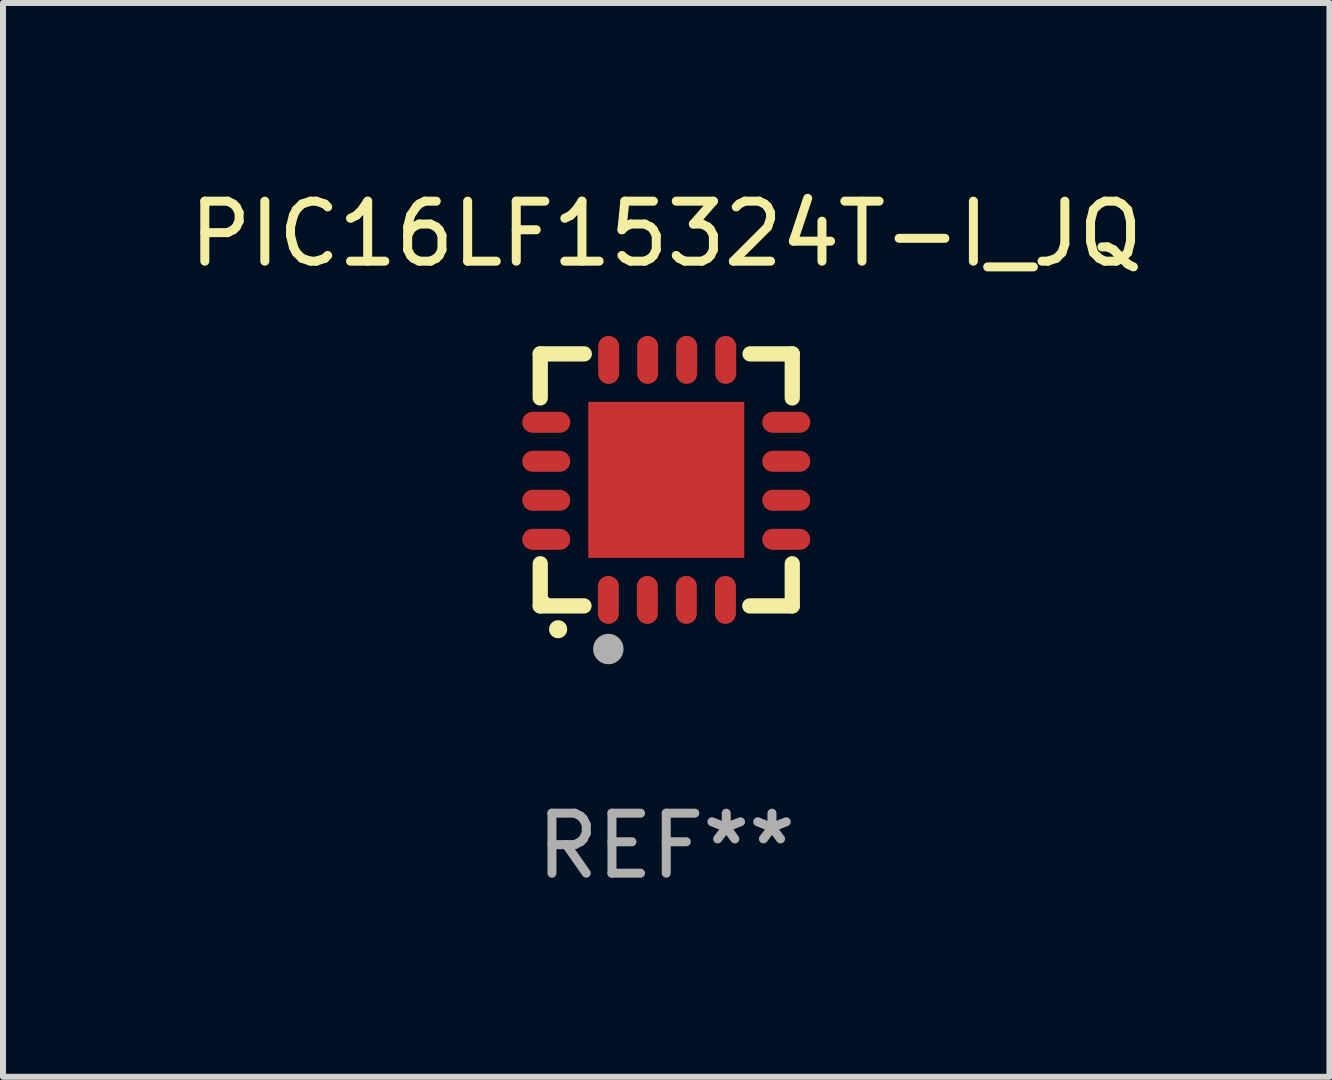
<source format=kicad_pcb>
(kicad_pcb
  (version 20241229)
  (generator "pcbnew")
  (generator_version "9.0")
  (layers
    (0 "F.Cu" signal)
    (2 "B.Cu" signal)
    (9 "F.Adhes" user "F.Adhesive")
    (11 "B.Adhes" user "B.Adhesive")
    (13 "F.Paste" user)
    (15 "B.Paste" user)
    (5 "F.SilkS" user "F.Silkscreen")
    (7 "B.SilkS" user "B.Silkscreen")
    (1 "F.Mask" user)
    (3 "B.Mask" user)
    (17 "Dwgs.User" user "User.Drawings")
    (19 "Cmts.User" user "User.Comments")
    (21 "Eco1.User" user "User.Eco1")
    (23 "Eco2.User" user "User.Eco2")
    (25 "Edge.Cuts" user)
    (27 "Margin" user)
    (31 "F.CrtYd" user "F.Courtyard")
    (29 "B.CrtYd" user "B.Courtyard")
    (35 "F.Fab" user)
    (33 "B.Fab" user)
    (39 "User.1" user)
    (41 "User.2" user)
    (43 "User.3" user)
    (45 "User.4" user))
  (footprint "PIC16LF15324T-I_JQ"
    (layer "F.Cu")
    (at 8.054 4.948)
    (property "Reference" "PIC16LF15324T-I_JQ" (at 0 -4.1 0) (layer "F.SilkS") (effects (font (size 1 1) (thickness 0.15))))
    (attr through_hole)
    (fp_line (start -2.1 -2.1) (end -1.366 -2.1) (stroke (width 0.254) (type solid)) (layer "F.SilkS"))
    (fp_line (start -2.1 -1.366) (end -2.1 -2.1) (stroke (width 0.254) (type solid)) (layer "F.SilkS"))
    (fp_line (start -2.1 2.1) (end -2.1 1.397) (stroke (width 0.254) (type solid)) (layer "F.SilkS"))
    (fp_line (start -2.1 2.1) (end -1.371 2.1) (stroke (width 0.254) (type solid)) (layer "F.SilkS"))
    (fp_line (start 1.392 2.1) (end 2.1 2.1) (stroke (width 0.254) (type solid)) (layer "F.SilkS"))
    (fp_line (start 1.397 -2.1) (end 2.1 -2.1) (stroke (width 0.254) (type solid)) (layer "F.SilkS"))
    (fp_line (start 2.1 -1.366) (end 2.1 -2.1) (stroke (width 0.254) (type solid)) (layer "F.SilkS"))
    (fp_line (start 2.1 2.1) (end 2.1 1.397) (stroke (width 0.254) (type solid)) (layer "F.SilkS"))
    (fp_arc (start -1.803404 2.489205) (mid -1.802134 2.4892) (end -1.800864 2.489205) (stroke (width 0.3) (type solid)) (layer "F.SilkS"))
    (fp_circle (center -2 2) (end -1.97 2) (stroke (width 0.06) (type solid)) (fill no) (layer "F.SilkS"))
    (fp_circle (center -0.965 2.819) (end -0.838 2.819) (stroke (width 0.254) (type solid)) (fill no) (layer "F.Fab"))
    (fp_text user "REF**" (at 0 6.1 0) (layer "F.Fab") (effects (font (size 1 1) (thickness 0.15))))
    (pad "1" smd oval (at -0.965 2) (size 0.35 0.8) (layers "F.Cu" "F.Mask" "F.Paste"))
    (pad "2" smd oval (at -0.315 2) (size 0.35 0.8) (layers "F.Cu" "F.Mask" "F.Paste"))
    (pad "3" smd oval (at 0.335 2) (size 0.35 0.8) (layers "F.Cu" "F.Mask" "F.Paste"))
    (pad "4" smd oval (at 0.986 2) (size 0.35 0.8) (layers "F.Cu" "F.Mask" "F.Paste"))
    (pad "5" smd oval (at 2 0.991 90) (size 0.35 0.8) (layers "F.Cu" "F.Mask" "F.Paste"))
    (pad "6" smd oval (at 2 0.34 90) (size 0.35 0.8) (layers "F.Cu" "F.Mask" "F.Paste"))
    (pad "7" smd oval (at 2 -0.31 90) (size 0.35 0.8) (layers "F.Cu" "F.Mask" "F.Paste"))
    (pad "8" smd oval (at 2 -0.96 90) (size 0.35 0.8) (layers "F.Cu" "F.Mask" "F.Paste"))
    (pad "9" smd oval (at 0.991 -2) (size 0.35 0.8) (layers "F.Cu" "F.Mask" "F.Paste"))
    (pad "10" smd oval (at 0.34 -2) (size 0.35 0.8) (layers "F.Cu" "F.Mask" "F.Paste"))
    (pad "11" smd oval (at -0.31 -2) (size 0.35 0.8) (layers "F.Cu" "F.Mask" "F.Paste"))
    (pad "12" smd oval (at -0.96 -2) (size 0.35 0.8) (layers "F.Cu" "F.Mask" "F.Paste"))
    (pad "13" smd oval (at -2 -0.96 90) (size 0.35 0.8) (layers "F.Cu" "F.Mask" "F.Paste"))
    (pad "14" smd oval (at -2 -0.31 90) (size 0.35 0.8) (layers "F.Cu" "F.Mask" "F.Paste"))
    (pad "15" smd oval (at -2 0.34 90) (size 0.35 0.8) (layers "F.Cu" "F.Mask" "F.Paste"))
    (pad "16" smd oval (at -2 0.991 90) (size 0.35 0.8) (layers "F.Cu" "F.Mask" "F.Paste"))
    (pad "17" smd rect (at 0 0 90) (size 2.6 2.6) (layers "F.Cu" "F.Mask" "F.Paste")))
  (gr_rect
    (start -3 -3)
    (end 19.107 14.896)
    (stroke (width 0.1) (type default))
    (fill no)
    (layer "Edge.Cuts")))
</source>
